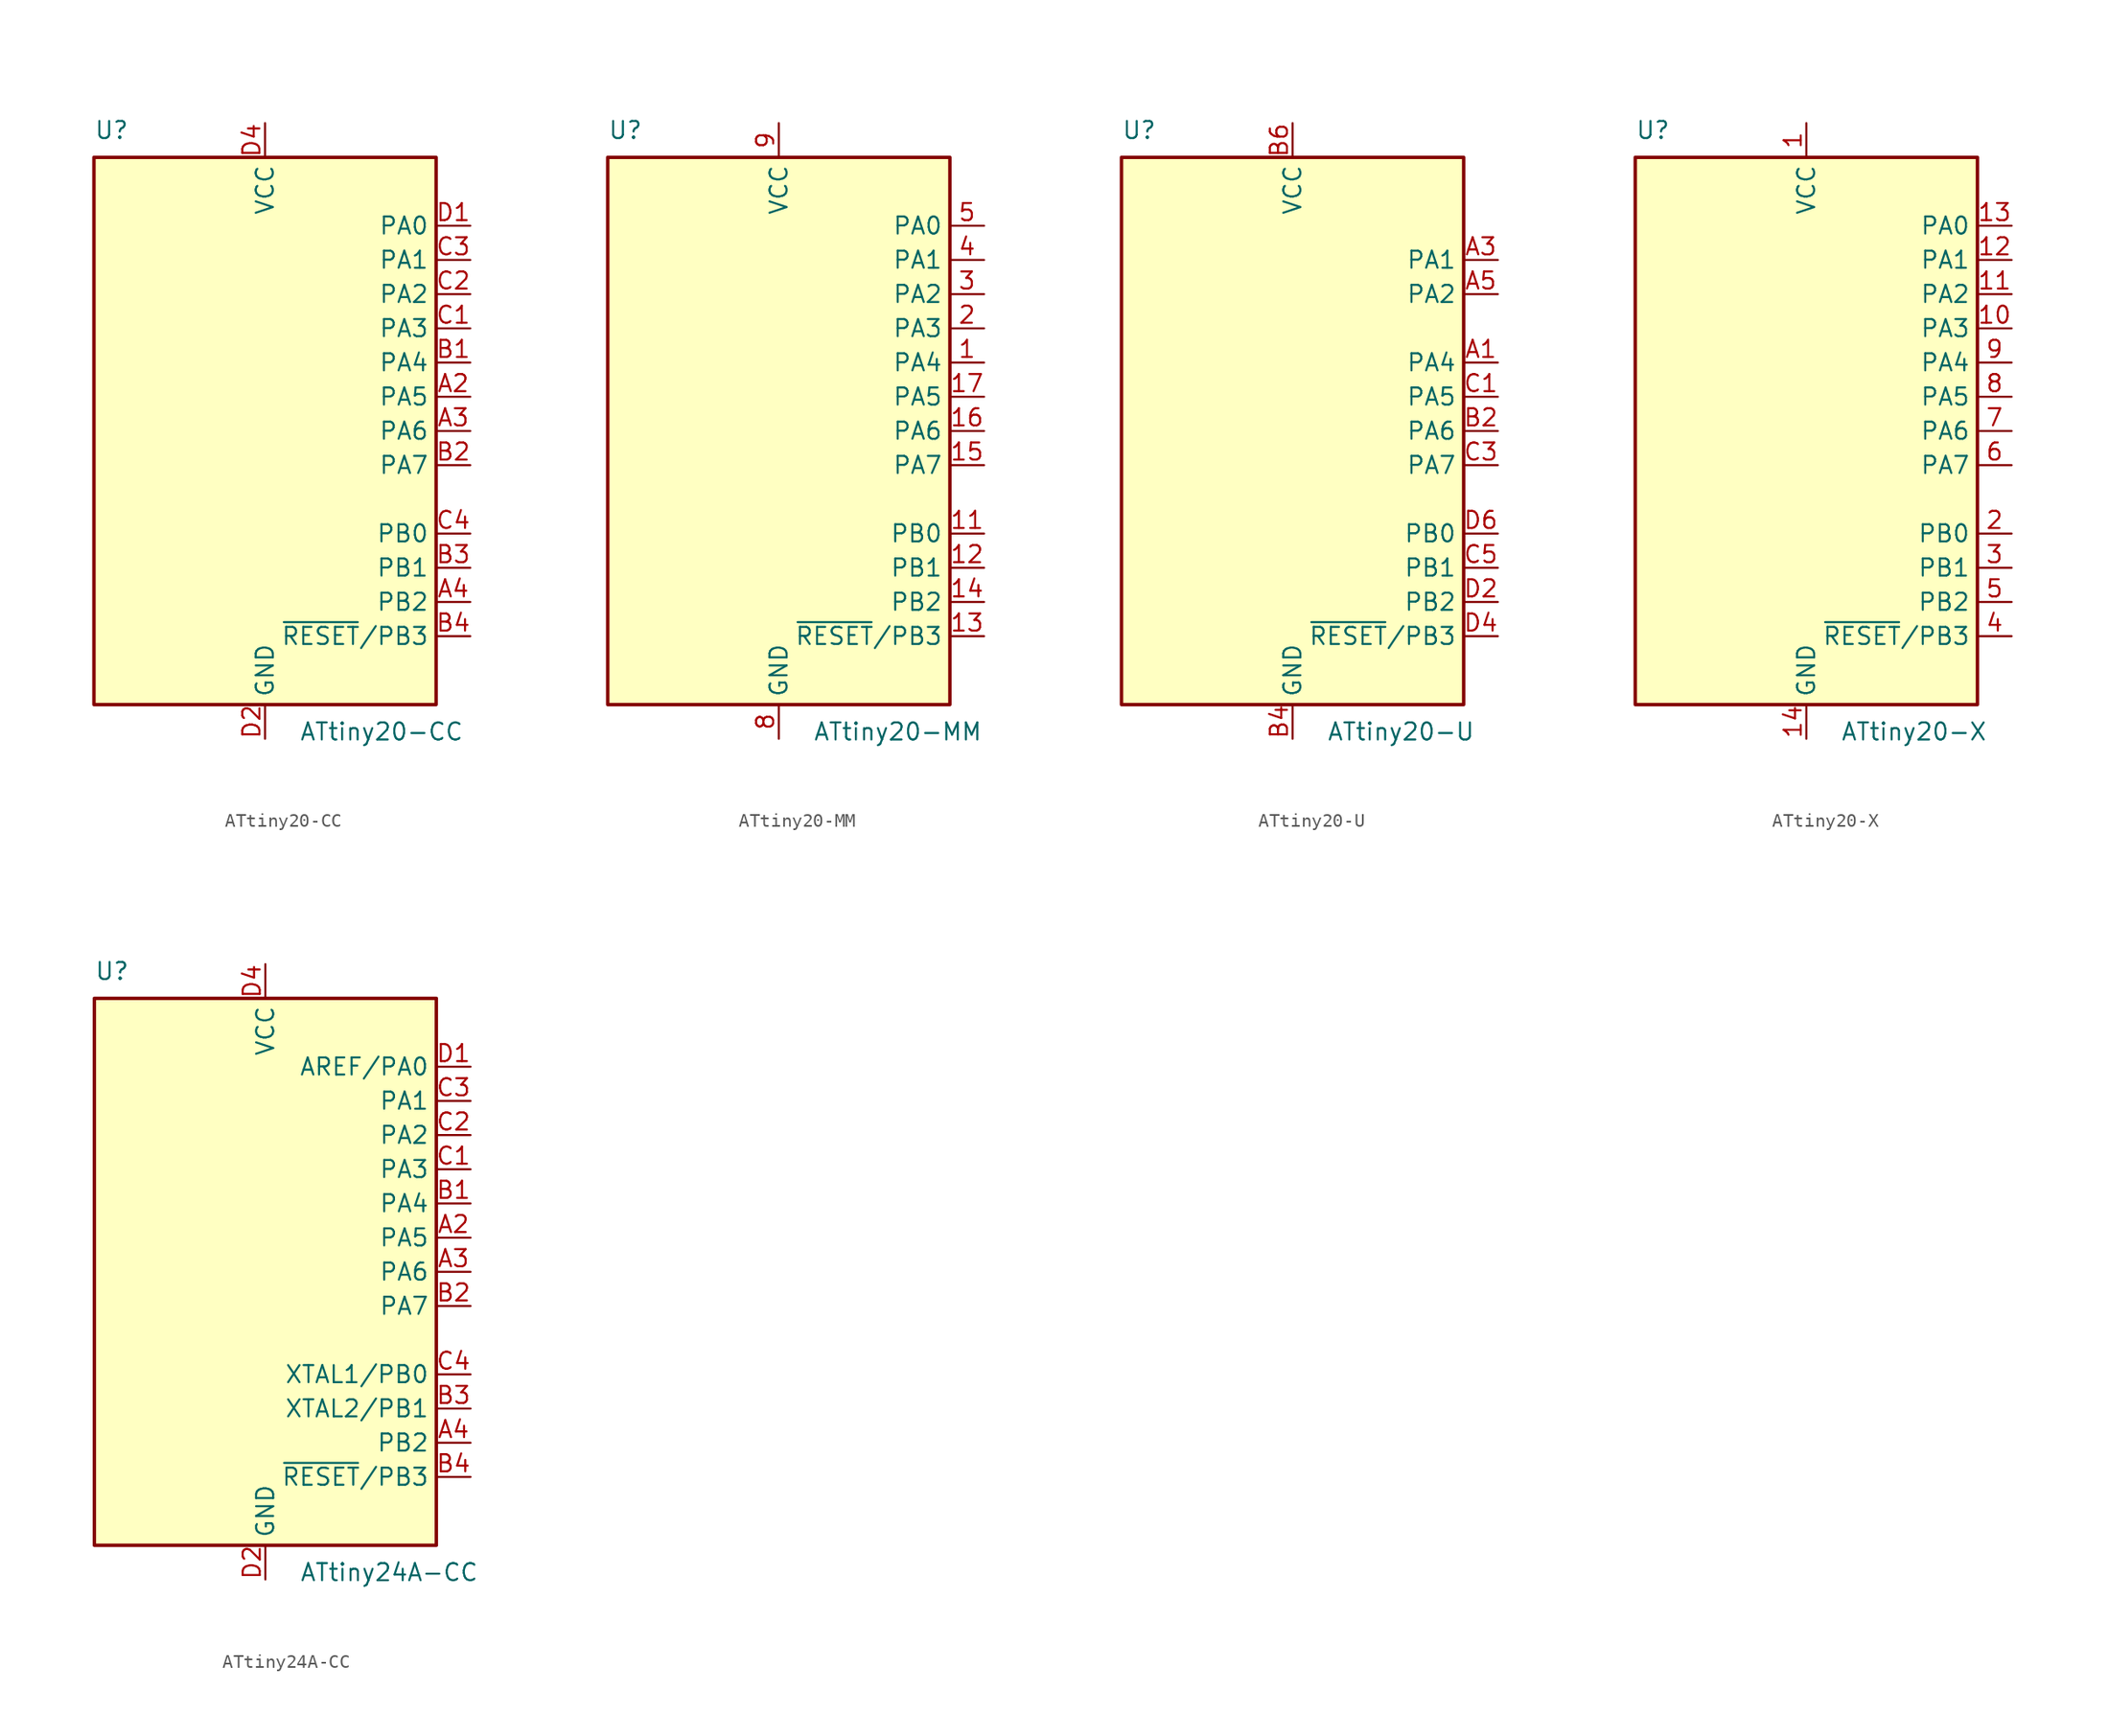
<source format=kicad_sym>
(kicad_symbol_lib
  (version 20201005)
  (generator kicad_symbol_editor)
  (symbol "MCU_Microchip_ATtiny:ATtiny20-CC"
    (property "Reference" "U"
      (at -12.7 21.59 0)
      (effects (font (size 1.27 1.27)) (justify left bottom)))
    (property "Value" "ATtiny20-CC"
      (at 2.54 -21.59 0)
      (effects (font (size 1.27 1.27)) (justify left top)))
    (symbol "ATtiny20-CC_0_1"
      (rectangle (start -12.7 -20.32) (end 12.7 20.32) (stroke (width 0.254)) (fill (type background))))
    (symbol "ATtiny20-CC_1_1"
      (pin bidirectional line (at 15.24 2.54 180) (length 2.54) (name "PA5" (effects (font (size 1.27 1.27)))) (number "A2" (effects (font (size 1.27 1.27)))))
      (pin bidirectional line (at 15.24 0 180) (length 2.54) (name "PA6" (effects (font (size 1.27 1.27)))) (number "A3" (effects (font (size 1.27 1.27)))))
      (pin bidirectional line (at 15.24 -12.7 180) (length 2.54) (name "PB2" (effects (font (size 1.27 1.27)))) (number "A4" (effects (font (size 1.27 1.27)))))
      (pin bidirectional line (at 15.24 5.08 180) (length 2.54) (name "PA4" (effects (font (size 1.27 1.27)))) (number "B1" (effects (font (size 1.27 1.27)))))
      (pin bidirectional line (at 15.24 -2.54 180) (length 2.54) (name "PA7" (effects (font (size 1.27 1.27)))) (number "B2" (effects (font (size 1.27 1.27)))))
      (pin bidirectional line (at 15.24 -10.16 180) (length 2.54) (name "PB1" (effects (font (size 1.27 1.27)))) (number "B3" (effects (font (size 1.27 1.27)))))
      (pin bidirectional line (at 15.24 -15.24 180) (length 2.54) (name "~RESET~/PB3" (effects (font (size 1.27 1.27)))) (number "B4" (effects (font (size 1.27 1.27)))))
      (pin bidirectional line (at 15.24 7.62 180) (length 2.54) (name "PA3" (effects (font (size 1.27 1.27)))) (number "C1" (effects (font (size 1.27 1.27)))))
      (pin bidirectional line (at 15.24 10.16 180) (length 2.54) (name "PA2" (effects (font (size 1.27 1.27)))) (number "C2" (effects (font (size 1.27 1.27)))))
      (pin bidirectional line (at 15.24 12.7 180) (length 2.54) (name "PA1" (effects (font (size 1.27 1.27)))) (number "C3" (effects (font (size 1.27 1.27)))))
      (pin bidirectional line (at 15.24 -7.62 180) (length 2.54) (name "PB0" (effects (font (size 1.27 1.27)))) (number "C4" (effects (font (size 1.27 1.27)))))
      (pin bidirectional line (at 15.24 15.24 180) (length 2.54) (name "PA0" (effects (font (size 1.27 1.27)))) (number "D1" (effects (font (size 1.27 1.27)))))
      (pin power_in line (at 0 -22.86 90) (length 2.54) (name "GND" (effects (font (size 1.27 1.27)))) (number "D2" (effects (font (size 1.27 1.27)))))
      (pin passive line (at 0 -22.86 90) (length 2.54) hide (name "GND" (effects (font (size 1.27 1.27)))) (number "D3" (effects (font (size 1.27 1.27)))))
      (pin power_in line (at 0 22.86 270) (length 2.54) (name "VCC" (effects (font (size 1.27 1.27)))) (number "D4" (effects (font (size 1.27 1.27)))))))
  (symbol "MCU_Microchip_ATtiny:ATtiny20-MM"
    (property "Reference" "U"
      (at -12.7 21.59 0)
      (effects (font (size 1.27 1.27)) (justify left bottom)))
    (property "Value" "ATtiny20-MM"
      (at 2.54 -21.59 0)
      (effects (font (size 1.27 1.27)) (justify left top)))
    (symbol "ATtiny20-MM_0_1"
      (rectangle (start -12.7 -20.32) (end 12.7 20.32) (stroke (width 0.254)) (fill (type background))))
    (symbol "ATtiny20-MM_1_1"
      (pin bidirectional line (at 15.24 5.08 180) (length 2.54) (name "PA4" (effects (font (size 1.27 1.27)))) (number "1" (effects (font (size 1.27 1.27)))))
      (pin no_connect line (at -12.7 -10.16 0) (length 2.54) hide (name "NC" (effects (font (size 1.27 1.27)))) (number "10" (effects (font (size 1.27 1.27)))))
      (pin bidirectional line (at 15.24 -7.62 180) (length 2.54) (name "PB0" (effects (font (size 1.27 1.27)))) (number "11" (effects (font (size 1.27 1.27)))))
      (pin bidirectional line (at 15.24 -10.16 180) (length 2.54) (name "PB1" (effects (font (size 1.27 1.27)))) (number "12" (effects (font (size 1.27 1.27)))))
      (pin bidirectional line (at 15.24 -15.24 180) (length 2.54) (name "~RESET~/PB3" (effects (font (size 1.27 1.27)))) (number "13" (effects (font (size 1.27 1.27)))))
      (pin bidirectional line (at 15.24 -12.7 180) (length 2.54) (name "PB2" (effects (font (size 1.27 1.27)))) (number "14" (effects (font (size 1.27 1.27)))))
      (pin bidirectional line (at 15.24 -2.54 180) (length 2.54) (name "PA7" (effects (font (size 1.27 1.27)))) (number "15" (effects (font (size 1.27 1.27)))))
      (pin bidirectional line (at 15.24 0 180) (length 2.54) (name "PA6" (effects (font (size 1.27 1.27)))) (number "16" (effects (font (size 1.27 1.27)))))
      (pin bidirectional line (at 15.24 2.54 180) (length 2.54) (name "PA5" (effects (font (size 1.27 1.27)))) (number "17" (effects (font (size 1.27 1.27)))))
      (pin no_connect line (at -12.7 -12.7 0) (length 2.54) hide (name "NC" (effects (font (size 1.27 1.27)))) (number "18" (effects (font (size 1.27 1.27)))))
      (pin no_connect line (at -12.7 -15.24 0) (length 2.54) hide (name "NC" (effects (font (size 1.27 1.27)))) (number "19" (effects (font (size 1.27 1.27)))))
      (pin bidirectional line (at 15.24 7.62 180) (length 2.54) (name "PA3" (effects (font (size 1.27 1.27)))) (number "2" (effects (font (size 1.27 1.27)))))
      (pin no_connect line (at -12.7 -17.78 0) (length 2.54) hide (name "NC" (effects (font (size 1.27 1.27)))) (number "20" (effects (font (size 1.27 1.27)))))
      (pin passive line (at 0 -22.86 90) (length 2.54) hide (name "GND" (effects (font (size 1.27 1.27)))) (number "21" (effects (font (size 1.27 1.27)))))
      (pin bidirectional line (at 15.24 10.16 180) (length 2.54) (name "PA2" (effects (font (size 1.27 1.27)))) (number "3" (effects (font (size 1.27 1.27)))))
      (pin bidirectional line (at 15.24 12.7 180) (length 2.54) (name "PA1" (effects (font (size 1.27 1.27)))) (number "4" (effects (font (size 1.27 1.27)))))
      (pin bidirectional line (at 15.24 15.24 180) (length 2.54) (name "PA0" (effects (font (size 1.27 1.27)))) (number "5" (effects (font (size 1.27 1.27)))))
      (pin no_connect line (at -12.7 -5.08 0) (length 2.54) hide (name "NC" (effects (font (size 1.27 1.27)))) (number "6" (effects (font (size 1.27 1.27)))))
      (pin no_connect line (at -12.7 -7.62 0) (length 2.54) hide (name "NC" (effects (font (size 1.27 1.27)))) (number "7" (effects (font (size 1.27 1.27)))))
      (pin power_in line (at 0 -22.86 90) (length 2.54) (name "GND" (effects (font (size 1.27 1.27)))) (number "8" (effects (font (size 1.27 1.27)))))
      (pin power_in line (at 0 22.86 270) (length 2.54) (name "VCC" (effects (font (size 1.27 1.27)))) (number "9" (effects (font (size 1.27 1.27)))))))
  (symbol "MCU_Microchip_ATtiny:ATtiny20-U"
    (property "Reference" "U"
      (at -12.7 21.59 0)
      (effects (font (size 1.27 1.27)) (justify left bottom)))
    (property "Value" "ATtiny20-U"
      (at 2.54 -21.59 0)
      (effects (font (size 1.27 1.27)) (justify left top)))
    (symbol "ATtiny20-U_0_1"
      (rectangle (start -12.7 -20.32) (end 12.7 20.32) (stroke (width 0.254)) (fill (type background))))
    (symbol "ATtiny20-U_1_1"
      (pin bidirectional line (at 15.24 5.08 180) (length 2.54) (name "PA4" (effects (font (size 1.27 1.27)))) (number "A1" (effects (font (size 1.27 1.27)))))
      (pin bidirectional line (at 15.24 12.7 180) (length 2.54) (name "PA1" (effects (font (size 1.27 1.27)))) (number "A3" (effects (font (size 1.27 1.27)))))
      (pin bidirectional line (at 15.24 10.16 180) (length 2.54) (name "PA2" (effects (font (size 1.27 1.27)))) (number "A5" (effects (font (size 1.27 1.27)))))
      (pin bidirectional line (at 15.24 0 180) (length 2.54) (name "PA6" (effects (font (size 1.27 1.27)))) (number "B2" (effects (font (size 1.27 1.27)))))
      (pin power_in line (at 0 -22.86 90) (length 2.54) (name "GND" (effects (font (size 1.27 1.27)))) (number "B4" (effects (font (size 1.27 1.27)))))
      (pin power_in line (at 0 22.86 270) (length 2.54) (name "VCC" (effects (font (size 1.27 1.27)))) (number "B6" (effects (font (size 1.27 1.27)))))
      (pin bidirectional line (at 15.24 2.54 180) (length 2.54) (name "PA5" (effects (font (size 1.27 1.27)))) (number "C1" (effects (font (size 1.27 1.27)))))
      (pin bidirectional line (at 15.24 -2.54 180) (length 2.54) (name "PA7" (effects (font (size 1.27 1.27)))) (number "C3" (effects (font (size 1.27 1.27)))))
      (pin bidirectional line (at 15.24 -10.16 180) (length 2.54) (name "PB1" (effects (font (size 1.27 1.27)))) (number "C5" (effects (font (size 1.27 1.27)))))
      (pin bidirectional line (at 15.24 -12.7 180) (length 2.54) (name "PB2" (effects (font (size 1.27 1.27)))) (number "D2" (effects (font (size 1.27 1.27)))))
      (pin bidirectional line (at 15.24 -15.24 180) (length 2.54) (name "~RESET~/PB3" (effects (font (size 1.27 1.27)))) (number "D4" (effects (font (size 1.27 1.27)))))
      (pin bidirectional line (at 15.24 -7.62 180) (length 2.54) (name "PB0" (effects (font (size 1.27 1.27)))) (number "D6" (effects (font (size 1.27 1.27)))))))
  (symbol "MCU_Microchip_ATtiny:ATtiny20-X"
    (property "Reference" "U"
      (at -12.7 21.59 0)
      (effects (font (size 1.27 1.27)) (justify left bottom)))
    (property "Value" "ATtiny20-X"
      (at 2.54 -21.59 0)
      (effects (font (size 1.27 1.27)) (justify left top)))
    (symbol "ATtiny20-X_0_1"
      (rectangle (start -12.7 -20.32) (end 12.7 20.32) (stroke (width 0.254)) (fill (type background))))
    (symbol "ATtiny20-X_1_1"
      (pin power_in line (at 0 22.86 270) (length 2.54) (name "VCC" (effects (font (size 1.27 1.27)))) (number "1" (effects (font (size 1.27 1.27)))))
      (pin bidirectional line (at 15.24 7.62 180) (length 2.54) (name "PA3" (effects (font (size 1.27 1.27)))) (number "10" (effects (font (size 1.27 1.27)))))
      (pin bidirectional line (at 15.24 10.16 180) (length 2.54) (name "PA2" (effects (font (size 1.27 1.27)))) (number "11" (effects (font (size 1.27 1.27)))))
      (pin bidirectional line (at 15.24 12.7 180) (length 2.54) (name "PA1" (effects (font (size 1.27 1.27)))) (number "12" (effects (font (size 1.27 1.27)))))
      (pin bidirectional line (at 15.24 15.24 180) (length 2.54) (name "PA0" (effects (font (size 1.27 1.27)))) (number "13" (effects (font (size 1.27 1.27)))))
      (pin power_in line (at 0 -22.86 90) (length 2.54) (name "GND" (effects (font (size 1.27 1.27)))) (number "14" (effects (font (size 1.27 1.27)))))
      (pin bidirectional line (at 15.24 -7.62 180) (length 2.54) (name "PB0" (effects (font (size 1.27 1.27)))) (number "2" (effects (font (size 1.27 1.27)))))
      (pin bidirectional line (at 15.24 -10.16 180) (length 2.54) (name "PB1" (effects (font (size 1.27 1.27)))) (number "3" (effects (font (size 1.27 1.27)))))
      (pin bidirectional line (at 15.24 -15.24 180) (length 2.54) (name "~RESET~/PB3" (effects (font (size 1.27 1.27)))) (number "4" (effects (font (size 1.27 1.27)))))
      (pin bidirectional line (at 15.24 -12.7 180) (length 2.54) (name "PB2" (effects (font (size 1.27 1.27)))) (number "5" (effects (font (size 1.27 1.27)))))
      (pin bidirectional line (at 15.24 -2.54 180) (length 2.54) (name "PA7" (effects (font (size 1.27 1.27)))) (number "6" (effects (font (size 1.27 1.27)))))
      (pin bidirectional line (at 15.24 0 180) (length 2.54) (name "PA6" (effects (font (size 1.27 1.27)))) (number "7" (effects (font (size 1.27 1.27)))))
      (pin bidirectional line (at 15.24 2.54 180) (length 2.54) (name "PA5" (effects (font (size 1.27 1.27)))) (number "8" (effects (font (size 1.27 1.27)))))
      (pin bidirectional line (at 15.24 5.08 180) (length 2.54) (name "PA4" (effects (font (size 1.27 1.27)))) (number "9" (effects (font (size 1.27 1.27)))))))
  (symbol "MCU_Microchip_ATtiny:ATtiny24A-CC"
    (property "Reference" "U"
      (at -12.7 21.59 0)
      (effects (font (size 1.27 1.27)) (justify left bottom)))
    (property "Value" "ATtiny24A-CC"
      (at 2.54 -21.59 0)
      (effects (font (size 1.27 1.27)) (justify left top)))
    (symbol "ATtiny24A-CC_0_1"
      (rectangle (start -12.7 -20.32) (end 12.7 20.32) (stroke (width 0.254)) (fill (type background))))
    (symbol "ATtiny24A-CC_1_1"
      (pin bidirectional line (at 15.24 2.54 180) (length 2.54) (name "PA5" (effects (font (size 1.27 1.27)))) (number "A2" (effects (font (size 1.27 1.27)))))
      (pin bidirectional line (at 15.24 0 180) (length 2.54) (name "PA6" (effects (font (size 1.27 1.27)))) (number "A3" (effects (font (size 1.27 1.27)))))
      (pin bidirectional line (at 15.24 -12.7 180) (length 2.54) (name "PB2" (effects (font (size 1.27 1.27)))) (number "A4" (effects (font (size 1.27 1.27)))))
      (pin bidirectional line (at 15.24 5.08 180) (length 2.54) (name "PA4" (effects (font (size 1.27 1.27)))) (number "B1" (effects (font (size 1.27 1.27)))))
      (pin bidirectional line (at 15.24 -2.54 180) (length 2.54) (name "PA7" (effects (font (size 1.27 1.27)))) (number "B2" (effects (font (size 1.27 1.27)))))
      (pin bidirectional line (at 15.24 -10.16 180) (length 2.54) (name "XTAL2/PB1" (effects (font (size 1.27 1.27)))) (number "B3" (effects (font (size 1.27 1.27)))))
      (pin bidirectional line (at 15.24 -15.24 180) (length 2.54) (name "~RESET~/PB3" (effects (font (size 1.27 1.27)))) (number "B4" (effects (font (size 1.27 1.27)))))
      (pin bidirectional line (at 15.24 7.62 180) (length 2.54) (name "PA3" (effects (font (size 1.27 1.27)))) (number "C1" (effects (font (size 1.27 1.27)))))
      (pin bidirectional line (at 15.24 10.16 180) (length 2.54) (name "PA2" (effects (font (size 1.27 1.27)))) (number "C2" (effects (font (size 1.27 1.27)))))
      (pin bidirectional line (at 15.24 12.7 180) (length 2.54) (name "PA1" (effects (font (size 1.27 1.27)))) (number "C3" (effects (font (size 1.27 1.27)))))
      (pin bidirectional line (at 15.24 -7.62 180) (length 2.54) (name "XTAL1/PB0" (effects (font (size 1.27 1.27)))) (number "C4" (effects (font (size 1.27 1.27)))))
      (pin bidirectional line (at 15.24 15.24 180) (length 2.54) (name "AREF/PA0" (effects (font (size 1.27 1.27)))) (number "D1" (effects (font (size 1.27 1.27)))))
      (pin power_in line (at 0 -22.86 90) (length 2.54) (name "GND" (effects (font (size 1.27 1.27)))) (number "D2" (effects (font (size 1.27 1.27)))))
      (pin passive line (at 0 -22.86 90) (length 2.54) hide (name "GND" (effects (font (size 1.27 1.27)))) (number "D3" (effects (font (size 1.27 1.27)))))
      (pin power_in line (at 0 22.86 270) (length 2.54) (name "VCC" (effects (font (size 1.27 1.27)))) (number "D4" (effects (font (size 1.27 1.27))))))))
</source>
